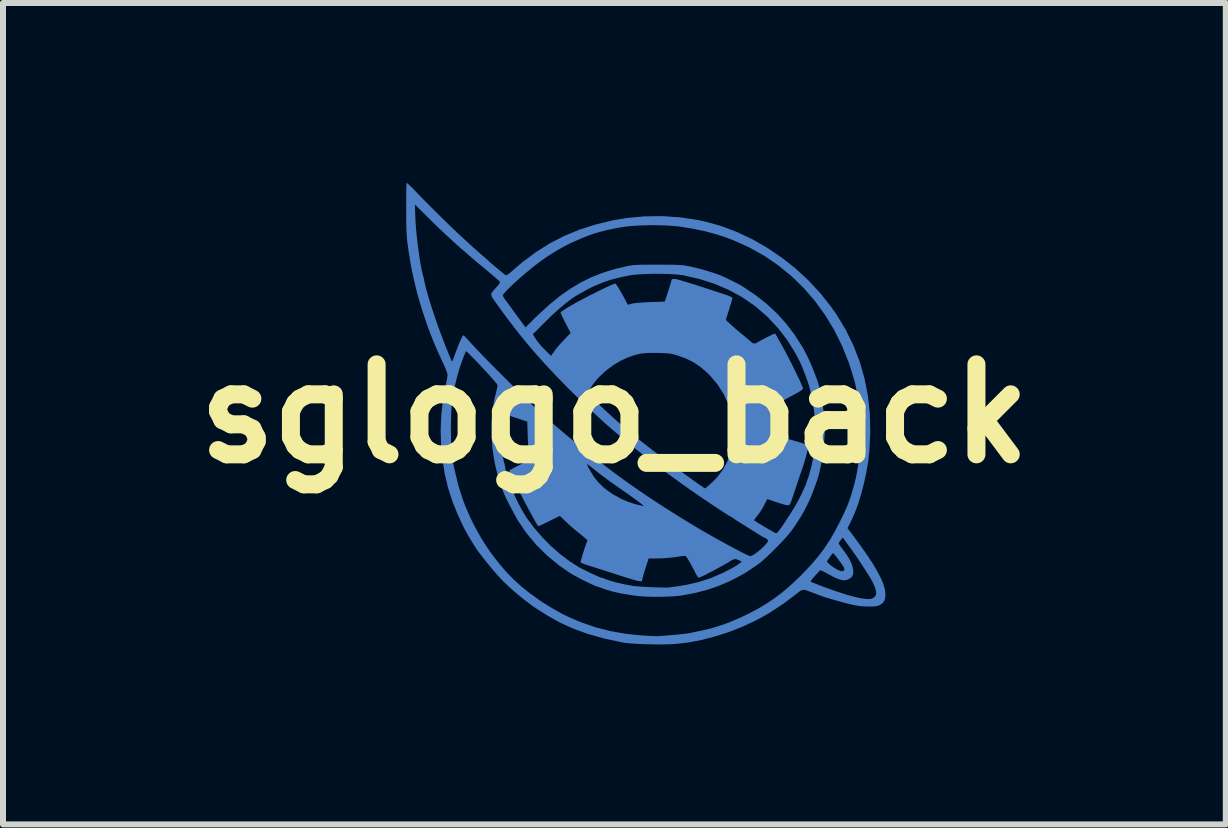
<source format=kicad_pcb>
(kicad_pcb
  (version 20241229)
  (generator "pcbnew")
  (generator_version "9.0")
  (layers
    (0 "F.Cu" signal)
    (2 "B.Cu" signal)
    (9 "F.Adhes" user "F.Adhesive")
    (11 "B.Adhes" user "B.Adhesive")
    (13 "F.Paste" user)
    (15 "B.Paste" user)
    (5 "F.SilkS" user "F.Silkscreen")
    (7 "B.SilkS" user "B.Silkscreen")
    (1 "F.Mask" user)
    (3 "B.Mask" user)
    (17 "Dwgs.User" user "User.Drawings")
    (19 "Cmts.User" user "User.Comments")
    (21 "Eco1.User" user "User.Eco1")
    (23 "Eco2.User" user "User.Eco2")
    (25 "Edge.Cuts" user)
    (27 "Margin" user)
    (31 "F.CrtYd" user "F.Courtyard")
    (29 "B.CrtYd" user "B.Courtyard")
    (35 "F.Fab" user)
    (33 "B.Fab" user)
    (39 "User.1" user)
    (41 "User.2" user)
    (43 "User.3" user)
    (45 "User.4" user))
  (footprint "sglogo_back"
    (layer "F.Cu")
    (at 7.193 3.846)
    (property "Reference" "sglogo_back" (at 0 0 0) (layer "F.SilkS") (effects (font (size 1.5 1.5) (thickness 0.3))))
    (attr board_only exclude_from_pos_files exclude_from_bom)
    (fp_poly (pts (xy -3.464 -3.846) (xy -3.466 -3.831) (xy -3.468 -3.794) (xy -3.469 -3.738) (xy -3.47 -3.665) (xy -3.471 -3.578) (xy -3.471 -3.481) (xy -3.471 -3.405) (xy -3.471 -3.281) (xy -3.47 -3.178) (xy -3.468 -3.093) (xy -3.465 -3.021) (xy -3.462 -2.96) (xy -3.457 -2.903) (xy -3.451 -2.849) (xy -3.443 -2.792) (xy -3.442 -2.78) (xy -3.423 -2.657) (xy -3.406 -2.551) (xy -3.39 -2.456) (xy -3.371 -2.364) (xy -3.35 -2.267) (xy -3.325 -2.158) (xy -3.303 -2.067) (xy -3.279 -1.974) (xy -3.247 -1.865) (xy -3.211 -1.747) (xy -3.171 -1.625) (xy -3.131 -1.505) (xy -3.091 -1.394) (xy -3.054 -1.297) (xy -3.03 -1.239) (xy -3.021 -1.216) (xy -3.004 -1.176) (xy -2.984 -1.127) (xy -2.977 -1.111) (xy -2.955 -1.058) (xy -2.925 -0.992) (xy -2.892 -0.919) (xy -2.859 -0.848) (xy -2.858 -0.848) (xy -2.826 -0.776) (xy -2.801 -0.715) (xy -2.786 -0.669) (xy -2.782 -0.645) (xy -2.785 -0.614) (xy -2.793 -0.566) (xy -2.805 -0.511) (xy -2.809 -0.491) (xy -2.856 -0.245) (xy -2.885 0.012) (xy -2.897 0.271) (xy -2.889 0.524) (xy -2.889 0.53) (xy -2.864 0.779) (xy -2.827 1.012) (xy -2.774 1.235) (xy -2.704 1.453) (xy -2.616 1.674) (xy -2.521 1.878) (xy -2.484 1.949) (xy -2.439 2.029) (xy -2.39 2.112) (xy -2.342 2.19) (xy -2.298 2.258) (xy -2.269 2.299) (xy -2.191 2.401) (xy -2.109 2.504) (xy -2.027 2.603) (xy -1.949 2.692) (xy -1.879 2.768) (xy -1.855 2.793) (xy -1.764 2.88) (xy -1.664 2.969) (xy -1.558 3.058) (xy -1.453 3.141) (xy -1.354 3.214) (xy -1.266 3.272) (xy -1.264 3.274) (xy -1.219 3.302) (xy -1.164 3.336) (xy -1.116 3.366) (xy -0.911 3.482) (xy -0.687 3.584) (xy -0.443 3.672) (xy -0.179 3.747) (xy 0.107 3.809) (xy 0.134 3.814) (xy 0.2 3.824) (xy 0.286 3.832) (xy 0.388 3.838) (xy 0.5 3.843) (xy 0.617 3.846) (xy 0.734 3.848) (xy 0.846 3.847) (xy 0.947 3.844) (xy 1.016 3.84) (xy 1.23 3.815) (xy 1.456 3.772) (xy 1.686 3.712) (xy 1.916 3.638) (xy 2.14 3.55) (xy 2.353 3.45) (xy 2.46 3.393) (xy 2.513 3.363) (xy 2.561 3.335) (xy 2.609 3.306) (xy 2.661 3.272) (xy 2.723 3.231) (xy 2.801 3.179) (xy 2.802 3.179) (xy 2.834 3.156) (xy 2.88 3.122) (xy 2.934 3.081) (xy 2.992 3.038) (xy 2.998 3.032) (xy 3.048 2.994) (xy 3.085 2.965) (xy 3.114 2.947) (xy 3.142 2.938) (xy 3.172 2.939) (xy 3.209 2.949) (xy 3.259 2.967) (xy 3.327 2.993) (xy 3.359 3.005) (xy 3.419 3.027) (xy 3.474 3.047) (xy 3.516 3.062) (xy 3.539 3.069) (xy 3.568 3.078) (xy 3.614 3.091) (xy 3.669 3.107) (xy 3.706 3.117) (xy 3.825 3.151) (xy 3.925 3.176) (xy 4.01 3.195) (xy 4.087 3.207) (xy 4.159 3.213) (xy 4.231 3.216) (xy 4.298 3.215) (xy 4.345 3.213) (xy 4.38 3.207) (xy 4.408 3.198) (xy 4.425 3.19) (xy 4.473 3.157) (xy 4.503 3.113) (xy 4.517 3.055) (xy 4.517 3) (xy 4.365 3) (xy 4.359 3.026) (xy 4.342 3.05) (xy 4.312 3.074) (xy 4.277 3.088) (xy 4.23 3.092) (xy 4.169 3.087) (xy 4.089 3.074) (xy 4.07 3.07) (xy 3.975 3.047) (xy 3.862 3.015) (xy 3.733 2.974) (xy 3.594 2.926) (xy 3.449 2.873) (xy 3.301 2.815) (xy 3.291 2.811) (xy 3.277 2.805) (xy 3.273 2.796) (xy 3.279 2.782) (xy 3.298 2.757) (xy 3.332 2.718) (xy 3.34 2.709) (xy 3.376 2.669) (xy 3.406 2.637) (xy 3.426 2.616) (xy 3.431 2.612) (xy 3.446 2.615) (xy 3.479 2.629) (xy 3.523 2.652) (xy 3.569 2.677) (xy 3.659 2.725) (xy 3.732 2.757) (xy 3.792 2.775) (xy 3.84 2.778) (xy 3.866 2.774) (xy 3.926 2.749) (xy 3.964 2.714) (xy 3.982 2.666) (xy 3.981 2.603) (xy 3.979 2.593) (xy 3.836 2.593) (xy 3.827 2.615) (xy 3.827 2.615) (xy 3.805 2.627) (xy 3.772 2.624) (xy 3.724 2.604) (xy 3.677 2.577) (xy 3.633 2.549) (xy 3.594 2.519) (xy 3.575 2.501) (xy 3.541 2.466) (xy 3.588 2.395) (xy 3.614 2.359) (xy 3.634 2.334) (xy 3.645 2.325) (xy 3.656 2.334) (xy 3.678 2.36) (xy 3.708 2.397) (xy 3.74 2.44) (xy 3.773 2.484) (xy 3.801 2.524) (xy 3.821 2.555) (xy 3.827 2.566) (xy 3.836 2.593) (xy 3.979 2.593) (xy 3.974 2.568) (xy 3.957 2.511) (xy 3.932 2.453) (xy 3.897 2.39) (xy 3.848 2.318) (xy 3.786 2.235) (xy 3.761 2.201) (xy 3.743 2.173) (xy 3.738 2.161) (xy 3.746 2.145) (xy 3.765 2.118) (xy 3.773 2.108) (xy 3.809 2.065) (xy 3.86 2.138) (xy 3.894 2.185) (xy 3.929 2.233) (xy 3.951 2.264) (xy 3.992 2.321) (xy 4.04 2.39) (xy 4.091 2.466) (xy 4.143 2.545) (xy 4.193 2.623) (xy 4.238 2.694) (xy 4.275 2.754) (xy 4.301 2.8) (xy 4.307 2.812) (xy 4.331 2.864) (xy 4.35 2.917) (xy 4.361 2.959) (xy 4.362 2.961) (xy 4.365 3) (xy 4.517 3) (xy 4.517 2.986) (xy 4.505 2.914) (xy 4.481 2.832) (xy 4.441 2.74) (xy 4.387 2.635) (xy 4.318 2.517) (xy 4.232 2.385) (xy 4.13 2.238) (xy 4.01 2.074) (xy 3.953 1.998) (xy 3.886 1.909) (xy 3.946 1.791) (xy 4.006 1.657) (xy 4.064 1.503) (xy 4.116 1.334) (xy 4.162 1.156) (xy 4.201 0.973) (xy 4.232 0.791) (xy 4.251 0.616) (xy 4.266 0.315) (xy 4.11 0.315) (xy 4.104 0.494) (xy 4.088 0.683) (xy 4.062 0.873) (xy 4.029 1.055) (xy 3.996 1.188) (xy 3.968 1.288) (xy 3.942 1.374) (xy 3.916 1.45) (xy 3.888 1.524) (xy 3.854 1.603) (xy 3.813 1.692) (xy 3.769 1.782) (xy 3.68 1.954) (xy 3.59 2.11) (xy 3.493 2.255) (xy 3.387 2.394) (xy 3.266 2.534) (xy 3.128 2.679) (xy 3.103 2.703) (xy 2.988 2.815) (xy 2.882 2.91) (xy 2.779 2.995) (xy 2.673 3.074) (xy 2.558 3.153) (xy 2.556 3.154) (xy 2.404 3.246) (xy 2.24 3.334) (xy 2.07 3.414) (xy 1.905 3.483) (xy 1.786 3.525) (xy 1.736 3.541) (xy 1.686 3.557) (xy 1.664 3.564) (xy 1.619 3.577) (xy 1.553 3.594) (xy 1.469 3.613) (xy 1.371 3.634) (xy 1.273 3.655) (xy 1.219 3.664) (xy 1.144 3.673) (xy 1.054 3.683) (xy 0.953 3.692) (xy 0.846 3.701) (xy 0.738 3.708) (xy 0.709 3.709) (xy 0.687 3.709) (xy 0.644 3.708) (xy 0.585 3.705) (xy 0.515 3.701) (xy 0.459 3.698) (xy 0.194 3.671) (xy -0.068 3.625) (xy -0.32 3.56) (xy -0.559 3.477) (xy -0.679 3.426) (xy -0.728 3.404) (xy -0.778 3.382) (xy -0.791 3.376) (xy -0.838 3.354) (xy -0.902 3.32) (xy -0.975 3.279) (xy -1.053 3.234) (xy -1.128 3.188) (xy -1.197 3.145) (xy -1.251 3.109) (xy -1.413 2.992) (xy -1.556 2.877) (xy -1.685 2.76) (xy -1.805 2.635) (xy -1.922 2.499) (xy -2.041 2.345) (xy -2.078 2.294) (xy -2.144 2.197) (xy -2.213 2.087) (xy -2.281 1.969) (xy -2.343 1.853) (xy -2.396 1.746) (xy -2.413 1.708) (xy -2.437 1.654) (xy -2.457 1.607) (xy -2.472 1.572) (xy -2.478 1.56) (xy -2.493 1.522) (xy -2.514 1.467) (xy -2.537 1.4) (xy -2.56 1.33) (xy -2.582 1.262) (xy -2.599 1.204) (xy -2.605 1.182) (xy -2.638 1.049) (xy -2.665 0.934) (xy -2.686 0.833) (xy -2.701 0.739) (xy -2.712 0.647) (xy -2.72 0.552) (xy -2.724 0.447) (xy -2.725 0.328) (xy -2.726 0.25) (xy -2.724 0.104) (xy -2.72 -0.022) (xy -2.713 -0.136) (xy -2.701 -0.243) (xy -2.683 -0.349) (xy -2.66 -0.461) (xy -2.63 -0.585) (xy -2.61 -0.661) (xy -2.593 -0.719) (xy -2.573 -0.783) (xy -2.551 -0.848) (xy -2.528 -0.91) (xy -2.507 -0.965) (xy -2.489 -1.008) (xy -2.476 -1.034) (xy -2.47 -1.04) (xy -2.459 -1.031) (xy -2.432 -1.006) (xy -2.394 -0.968) (xy -2.347 -0.92) (xy -2.293 -0.864) (xy -2.236 -0.804) (xy -2.179 -0.742) (xy -2.123 -0.683) (xy -2.073 -0.627) (xy -2.03 -0.579) (xy -1.997 -0.541) (xy -1.994 -0.537) (xy -1.965 -0.501) (xy -1.951 -0.477) (xy -1.948 -0.457) (xy -1.953 -0.431) (xy -1.957 -0.419) (xy -2.003 -0.235) (xy -2.034 -0.037) (xy -2.049 0.17) (xy -2.049 0.378) (xy -2.033 0.581) (xy -2.028 0.616) (xy -2.012 0.727) (xy -1.995 0.82) (xy -1.977 0.904) (xy -1.956 0.985) (xy -1.93 1.074) (xy -1.914 1.124) (xy -1.893 1.189) (xy -1.876 1.24) (xy -1.86 1.283) (xy -1.844 1.324) (xy -1.825 1.367) (xy -1.801 1.418) (xy -1.769 1.483) (xy -1.741 1.54) (xy -1.615 1.773) (xy -1.47 1.987) (xy -1.305 2.185) (xy -1.121 2.367) (xy -0.917 2.534) (xy -0.744 2.654) (xy -0.699 2.681) (xy -0.642 2.712) (xy -0.578 2.747) (xy -0.509 2.782) (xy -0.442 2.815) (xy -0.379 2.845) (xy -0.326 2.868) (xy -0.287 2.884) (xy -0.267 2.889) (xy -0.246 2.894) (xy -0.215 2.906) (xy -0.213 2.907) (xy -0.127 2.938) (xy -0.021 2.968) (xy 0.104 2.996) (xy 0.242 3.02) (xy 0.366 3.038) (xy 0.45 3.046) (xy 0.551 3.051) (xy 0.663 3.054) (xy 0.779 3.053) (xy 0.893 3.05) (xy 0.997 3.045) (xy 1.086 3.036) (xy 1.125 3.031) (xy 1.343 2.99) (xy 1.542 2.939) (xy 1.729 2.876) (xy 1.91 2.799) (xy 2.015 2.747) (xy 2.072 2.716) (xy 2.122 2.689) (xy 2.169 2.662) (xy 2.218 2.631) (xy 2.275 2.593) (xy 2.345 2.546) (xy 2.39 2.516) (xy 2.435 2.481) (xy 2.453 2.466) (xy 2.123 2.466) (xy 2.087 2.495) (xy 2.053 2.52) (xy 2.015 2.545) (xy 1.967 2.573) (xy 1.905 2.605) (xy 1.826 2.646) (xy 1.805 2.656) (xy 1.612 2.74) (xy 1.404 2.807) (xy 1.187 2.857) (xy 1.061 2.877) (xy 1.007 2.884) (xy 0.962 2.89) (xy 0.932 2.895) (xy 0.926 2.896) (xy 0.899 2.899) (xy 0.852 2.9) (xy 0.789 2.899) (xy 0.714 2.897) (xy 0.634 2.894) (xy 0.551 2.89) (xy 0.472 2.886) (xy 0.402 2.881) (xy 0.344 2.876) (xy 0.309 2.871) (xy 0.173 2.847) (xy 0.049 2.819) (xy -0.059 2.789) (xy -0.147 2.759) (xy -0.161 2.753) (xy -0.192 2.741) (xy -0.213 2.735) (xy -0.214 2.735) (xy -0.233 2.73) (xy -0.269 2.715) (xy -0.319 2.693) (xy -0.377 2.667) (xy -0.438 2.638) (xy -0.498 2.608) (xy -0.551 2.581) (xy -0.584 2.564) (xy -0.744 2.463) (xy -0.905 2.341) (xy -1.062 2.203) (xy -1.21 2.053) (xy -1.346 1.895) (xy -1.465 1.733) (xy -1.503 1.673) (xy -1.545 1.6) (xy -1.592 1.513) (xy -1.637 1.421) (xy -1.677 1.335) (xy -1.698 1.284) (xy -1.72 1.226) (xy -1.743 1.16) (xy -1.766 1.091) (xy -1.787 1.025) (xy -1.805 0.966) (xy -1.817 0.92) (xy -1.822 0.892) (xy -1.822 0.89) (xy -1.827 0.856) (xy -1.834 0.83) (xy -1.846 0.788) (xy -1.857 0.726) (xy -1.868 0.647) (xy -1.877 0.558) (xy -1.884 0.464) (xy -1.89 0.368) (xy -1.892 0.278) (xy -1.892 0.257) (xy -1.891 0.173) (xy -1.887 0.084) (xy -1.881 -0.005) (xy -1.874 -0.092) (xy -1.865 -0.173) (xy -1.855 -0.243) (xy -1.845 -0.3) (xy -1.835 -0.34) (xy -1.825 -0.359) (xy -1.822 -0.36) (xy -1.8 -0.35) (xy -1.774 -0.327) (xy -1.752 -0.3) (xy -1.745 -0.281) (xy -1.749 -0.259) (xy -1.76 -0.219) (xy -1.776 -0.167) (xy -1.79 -0.126) (xy -1.808 -0.073) (xy -1.822 -0.03) (xy -1.831 -0.002) (xy -1.832 0.006) (xy -1.819 0.01) (xy -1.787 0.022) (xy -1.738 0.038) (xy -1.678 0.058) (xy -1.641 0.07) (xy -1.453 0.133) (xy -1.446 0.346) (xy -1.442 0.446) (xy -1.438 0.525) (xy -1.434 0.587) (xy -1.428 0.636) (xy -1.422 0.675) (xy -1.414 0.71) (xy -1.413 0.713) (xy -1.407 0.74) (xy -1.412 0.758) (xy -1.431 0.774) (xy -1.454 0.788) (xy -1.489 0.807) (xy -1.539 0.834) (xy -1.596 0.863) (xy -1.625 0.878) (xy -1.675 0.903) (xy -1.716 0.926) (xy -1.743 0.942) (xy -1.751 0.948) (xy -1.747 0.963) (xy -1.733 0.996) (xy -1.71 1.047) (xy -1.68 1.11) (xy -1.644 1.183) (xy -1.615 1.241) (xy -1.562 1.343) (xy -1.517 1.431) (xy -1.476 1.51) (xy -1.434 1.588) (xy -1.389 1.671) (xy -1.336 1.766) (xy -1.303 1.827) (xy -1.284 1.856) (xy -1.268 1.873) (xy -1.265 1.875) (xy -1.25 1.869) (xy -1.216 1.854) (xy -1.168 1.832) (xy -1.11 1.804) (xy -1.081 1.789) (xy -0.909 1.704) (xy -0.81 1.8) (xy -0.759 1.848) (xy -0.704 1.897) (xy -0.655 1.939) (xy -0.634 1.956) (xy -0.587 1.993) (xy -0.538 2.033) (xy -0.503 2.063) (xy -0.448 2.112) (xy -0.482 2.202) (xy -0.498 2.248) (xy -0.515 2.302) (xy -0.533 2.359) (xy -0.548 2.412) (xy -0.559 2.454) (xy -0.563 2.479) (xy -0.564 2.481) (xy -0.552 2.488) (xy -0.522 2.501) (xy -0.478 2.516) (xy -0.458 2.523) (xy -0.415 2.537) (xy -0.352 2.557) (xy -0.275 2.581) (xy -0.189 2.609) (xy -0.099 2.638) (xy -0.057 2.651) (xy 0.07 2.692) (xy 0.174 2.725) (xy 0.258 2.751) (xy 0.324 2.771) (xy 0.374 2.784) (xy 0.41 2.792) (xy 0.435 2.795) (xy 0.451 2.794) (xy 0.459 2.789) (xy 0.463 2.78) (xy 0.464 2.769) (xy 0.466 2.753) (xy 0.475 2.721) (xy 0.489 2.67) (xy 0.511 2.601) (xy 0.54 2.509) (xy 0.549 2.482) (xy 0.57 2.414) (xy 0.713 2.414) (xy 0.791 2.412) (xy 0.879 2.406) (xy 0.965 2.398) (xy 1.003 2.393) (xy 1.064 2.384) (xy 1.117 2.377) (xy 1.156 2.372) (xy 1.175 2.371) (xy 1.185 2.374) (xy 1.198 2.386) (xy 1.215 2.409) (xy 1.238 2.446) (xy 1.268 2.498) (xy 1.306 2.569) (xy 1.353 2.659) (xy 1.371 2.693) (xy 1.389 2.721) (xy 1.404 2.735) (xy 1.407 2.735) (xy 1.424 2.729) (xy 1.46 2.713) (xy 1.511 2.689) (xy 1.571 2.658) (xy 1.637 2.624) (xy 1.704 2.588) (xy 1.77 2.553) (xy 1.828 2.52) (xy 1.876 2.493) (xy 1.889 2.485) (xy 1.941 2.453) (xy 1.978 2.433) (xy 2.005 2.425) (xy 2.029 2.426) (xy 2.056 2.436) (xy 2.068 2.441) (xy 2.123 2.466) (xy 2.453 2.466) (xy 2.494 2.43) (xy 2.562 2.368) (xy 2.635 2.297) (xy 2.71 2.222) (xy 2.782 2.147) (xy 2.806 2.122) (xy 2.56 2.122) (xy 2.551 2.143) (xy 2.527 2.176) (xy 2.489 2.216) (xy 2.443 2.259) (xy 2.392 2.301) (xy 2.343 2.337) (xy 2.3 2.363) (xy 2.268 2.375) (xy 2.263 2.376) (xy 2.246 2.37) (xy 2.211 2.354) (xy 2.161 2.33) (xy 2.102 2.3) (xy 2.058 2.277) (xy 1.981 2.237) (xy 1.901 2.194) (xy 1.824 2.152) (xy 1.759 2.116) (xy 1.741 2.106) (xy 1.687 2.076) (xy 1.64 2.049) (xy 1.604 2.029) (xy 1.587 2.019) (xy 1.489 1.964) (xy 1.374 1.896) (xy 1.247 1.82) (xy 1.112 1.737) (xy 0.974 1.651) (xy 0.838 1.565) (xy 0.798 1.539) (xy 0.484 1.539) (xy 0.464 1.536) (xy 0.426 1.527) (xy 0.393 1.52) (xy 0.328 1.503) (xy 0.25 1.477) (xy 0.166 1.444) (xy 0.104 1.415) (xy -0.041 1.335) (xy -0.167 1.243) (xy -0.273 1.14) (xy -0.337 1.059) (xy -0.364 1.017) (xy -0.393 0.969) (xy -0.42 0.923) (xy -0.441 0.882) (xy -0.455 0.852) (xy -0.457 0.839) (xy -0.447 0.846) (xy -0.42 0.865) (xy -0.381 0.895) (xy -0.334 0.932) (xy -0.331 0.935) (xy -0.28 0.975) (xy -0.235 1.011) (xy -0.191 1.044) (xy -0.146 1.078) (xy -0.096 1.115) (xy -0.037 1.157) (xy 0.034 1.207) (xy 0.119 1.266) (xy 0.208 1.328) (xy 0.291 1.387) (xy 0.364 1.44) (xy 0.423 1.484) (xy 0.466 1.518) (xy 0.483 1.532) (xy 0.484 1.539) (xy 0.798 1.539) (xy 0.708 1.48) (xy 0.63 1.43) (xy 0.561 1.383) (xy 0.501 1.343) (xy 0.447 1.307) (xy 0.395 1.271) (xy 0.341 1.233) (xy 0.281 1.191) (xy 0.211 1.141) (xy 0.127 1.081) (xy 0.059 1.032) (xy 0.026 1.008) (xy -0.021 0.973) (xy -0.074 0.933) (xy -0.121 0.897) (xy -0.181 0.851) (xy -0.245 0.802) (xy -0.305 0.757) (xy -0.338 0.732) (xy -0.423 0.666) (xy -0.523 0.586) (xy -0.635 0.495) (xy -0.754 0.396) (xy -0.876 0.293) (xy -0.998 0.189) (xy -1.116 0.087) (xy -1.163 0.045) (xy -1.219 -0.005) (xy -1.29 -0.071) (xy -1.372 -0.15) (xy -1.464 -0.238) (xy -1.563 -0.335) (xy -1.667 -0.437) (xy -1.772 -0.541) (xy -1.878 -0.647) (xy -1.981 -0.75) (xy -2.079 -0.849) (xy -2.169 -0.941) (xy -2.25 -1.025) (xy -2.318 -1.096) (xy -2.371 -1.154) (xy -2.393 -1.178) (xy -2.436 -1.226) (xy -2.473 -1.266) (xy -2.502 -1.293) (xy -2.519 -1.306) (xy -2.521 -1.306) (xy -2.532 -1.292) (xy -2.55 -1.258) (xy -2.573 -1.207) (xy -2.599 -1.144) (xy -2.628 -1.071) (xy -2.657 -0.992) (xy -2.67 -0.957) (xy -2.688 -0.907) (xy -2.701 -0.88) (xy -2.71 -0.872) (xy -2.716 -0.88) (xy -2.725 -0.905) (xy -2.741 -0.944) (xy -2.757 -0.982) (xy -2.814 -1.122) (xy -2.87 -1.268) (xy -2.926 -1.418) (xy -2.979 -1.567) (xy -3.028 -1.712) (xy -3.072 -1.85) (xy -3.11 -1.977) (xy -3.141 -2.088) (xy -3.163 -2.182) (xy -3.17 -2.215) (xy -3.18 -2.264) (xy -3.193 -2.314) (xy -3.194 -2.319) (xy -3.212 -2.391) (xy -3.23 -2.484) (xy -3.248 -2.592) (xy -3.265 -2.711) (xy -3.281 -2.836) (xy -3.295 -2.961) (xy -3.307 -3.081) (xy -3.315 -3.192) (xy -3.318 -3.255) (xy -3.326 -3.486) (xy -3.072 -3.235) (xy -2.95 -3.115) (xy -2.829 -3.001) (xy -2.706 -2.887) (xy -2.578 -2.772) (xy -2.44 -2.652) (xy -2.29 -2.524) (xy -2.122 -2.384) (xy -2.092 -2.359) (xy -2.036 -2.312) (xy -1.987 -2.27) (xy -1.948 -2.236) (xy -1.922 -2.213) (xy -1.915 -2.205) (xy -1.908 -2.192) (xy -1.912 -2.176) (xy -1.929 -2.151) (xy -1.962 -2.114) (xy -2.008 -2.063) (xy -2.038 -2.027) (xy -2.053 -1.998) (xy -2.053 -1.97) (xy -2.039 -1.939) (xy -2.011 -1.897) (xy -1.984 -1.859) (xy -1.817 -1.63) (xy -1.655 -1.416) (xy -1.493 -1.214) (xy -1.327 -1.017) (xy -1.153 -0.822) (xy -0.966 -0.623) (xy -0.763 -0.415) (xy -0.751 -0.403) (xy -0.439 -0.099) (xy -0.134 0.18) (xy 0.163 0.435) (xy 0.353 0.588) (xy 0.411 0.633) (xy 0.471 0.68) (xy 0.524 0.722) (xy 0.558 0.749) (xy 0.641 0.813) (xy 0.739 0.888) (xy 0.846 0.967) (xy 0.954 1.047) (xy 1.059 1.123) (xy 1.152 1.19) (xy 1.168 1.201) (xy 1.22 1.237) (xy 1.273 1.275) (xy 1.318 1.306) (xy 1.323 1.31) (xy 1.37 1.343) (xy 1.428 1.383) (xy 1.495 1.428) (xy 1.566 1.475) (xy 1.638 1.524) (xy 1.709 1.571) (xy 1.775 1.614) (xy 1.832 1.651) (xy 1.878 1.681) (xy 1.91 1.701) (xy 1.923 1.708) (xy 1.923 1.708) (xy 1.937 1.715) (xy 1.964 1.731) (xy 1.983 1.744) (xy 2.009 1.762) (xy 2.035 1.779) (xy 2.066 1.799) (xy 2.106 1.825) (xy 2.161 1.859) (xy 2.21 1.89) (xy 2.309 1.952) (xy 2.386 2.001) (xy 2.443 2.036) (xy 2.481 2.058) (xy 2.498 2.067) (xy 2.5 2.067) (xy 2.514 2.074) (xy 2.537 2.088) (xy 2.558 2.105) (xy 2.56 2.122) (xy 2.806 2.122) (xy 2.849 2.075) (xy 2.907 2.009) (xy 2.951 1.955) (xy 2.962 1.939) (xy 3.037 1.829) (xy 3.1 1.731) (xy 3.155 1.637) (xy 3.206 1.54) (xy 3.211 1.531) (xy 3.245 1.459) (xy 3.281 1.374) (xy 3.317 1.283) (xy 3.351 1.191) (xy 3.381 1.105) (xy 3.405 1.029) (xy 3.42 0.969) (xy 3.421 0.963) (xy 3.428 0.931) (xy 3.438 0.888) (xy 3.443 0.867) (xy 3.457 0.794) (xy 3.471 0.703) (xy 3.484 0.601) (xy 3.494 0.496) (xy 3.502 0.394) (xy 3.506 0.305) (xy 3.507 0.27) (xy 3.505 0.213) (xy 3.35 0.213) (xy 3.346 0.466) (xy 3.319 0.712) (xy 3.286 0.873) (xy 3.244 1.027) (xy 3.192 1.177) (xy 3.127 1.326) (xy 3.048 1.479) (xy 2.953 1.64) (xy 2.841 1.813) (xy 2.821 1.842) (xy 2.778 1.903) (xy 2.747 1.947) (xy 2.725 1.974) (xy 2.709 1.989) (xy 2.697 1.993) (xy 2.685 1.991) (xy 2.681 1.989) (xy 2.657 1.975) (xy 2.618 1.954) (xy 2.572 1.927) (xy 2.563 1.922) (xy 2.506 1.889) (xy 2.442 1.85) (xy 2.381 1.812) (xy 2.332 1.78) (xy 2.328 1.777) (xy 2.333 1.767) (xy 2.352 1.741) (xy 2.379 1.706) (xy 2.39 1.693) (xy 2.43 1.638) (xy 2.47 1.574) (xy 2.5 1.518) (xy 2.522 1.475) (xy 2.539 1.443) (xy 2.549 1.426) (xy 2.55 1.425) (xy 2.563 1.429) (xy 2.594 1.439) (xy 2.623 1.45) (xy 2.721 1.483) (xy 2.799 1.507) (xy 2.857 1.523) (xy 2.893 1.528) (xy 2.894 1.528) (xy 2.906 1.527) (xy 2.917 1.521) (xy 2.928 1.506) (xy 2.94 1.48) (xy 2.956 1.439) (xy 2.976 1.379) (xy 2.998 1.313) (xy 3.032 1.21) (xy 3.059 1.129) (xy 3.08 1.067) (xy 3.096 1.02) (xy 3.108 0.986) (xy 3.116 0.962) (xy 3.122 0.946) (xy 3.123 0.944) (xy 3.139 0.898) (xy 3.157 0.841) (xy 3.176 0.777) (xy 3.194 0.712) (xy 3.21 0.65) (xy 3.223 0.597) (xy 3.231 0.556) (xy 3.233 0.533) (xy 3.233 0.53) (xy 3.217 0.523) (xy 3.182 0.51) (xy 3.133 0.493) (xy 3.076 0.475) (xy 3.016 0.457) (xy 2.958 0.44) (xy 2.909 0.426) (xy 2.874 0.418) (xy 2.839 0.41) (xy 2.839 0.314) (xy 1.979 0.314) (xy 1.968 0.487) (xy 1.937 0.648) (xy 1.884 0.796) (xy 1.809 0.934) (xy 1.71 1.063) (xy 1.694 1.081) (xy 1.663 1.112) (xy 1.626 1.148) (xy 1.587 1.184) (xy 1.552 1.215) (xy 1.525 1.237) (xy 1.51 1.246) (xy 1.51 1.246) (xy 1.498 1.239) (xy 1.471 1.221) (xy 1.434 1.196) (xy 1.431 1.194) (xy 1.386 1.163) (xy 1.345 1.133) (xy 1.317 1.113) (xy 1.289 1.093) (xy 1.247 1.062) (xy 1.2 1.029) (xy 1.189 1.021) (xy 1.08 0.942) (xy 0.954 0.849) (xy 0.881 0.795) (xy 0.843 0.766) (xy 0.796 0.731) (xy 0.752 0.698) (xy 0.497 0.501) (xy 0.261 0.31) (xy 0.04 0.121) (xy -0.17 -0.07) (xy -0.255 -0.151) (xy -0.453 -0.342) (xy -0.428 -0.381) (xy -0.383 -0.451) (xy -0.345 -0.505) (xy -0.308 -0.552) (xy -0.266 -0.598) (xy -0.25 -0.615) (xy -0.144 -0.714) (xy -0.025 -0.804) (xy 0.1 -0.88) (xy 0.22 -0.935) (xy 0.302 -0.965) (xy 0.374 -0.986) (xy 0.442 -1.001) (xy 0.514 -1.009) (xy 0.596 -1.013) (xy 0.695 -1.012) (xy 0.712 -1.012) (xy 0.794 -1.01) (xy 0.857 -1.007) (xy 0.906 -1.003) (xy 0.948 -0.997) (xy 0.989 -0.988) (xy 1.034 -0.975) (xy 1.066 -0.965) (xy 1.199 -0.916) (xy 1.315 -0.859) (xy 1.422 -0.788) (xy 1.526 -0.701) (xy 1.595 -0.634) (xy 1.717 -0.49) (xy 1.817 -0.335) (xy 1.893 -0.17) (xy 1.945 0.004) (xy 1.973 0.188) (xy 1.979 0.314) (xy 2.839 0.314) (xy 2.839 0.199) (xy 2.838 0.092) (xy 2.833 0.006) (xy 2.826 -0.064) (xy 2.818 -0.11) (xy 2.807 -0.16) (xy 2.803 -0.19) (xy 2.804 -0.207) (xy 2.812 -0.217) (xy 2.821 -0.223) (xy 2.841 -0.234) (xy 2.879 -0.255) (xy 2.929 -0.282) (xy 2.986 -0.312) (xy 2.993 -0.316) (xy 3.055 -0.35) (xy 3.104 -0.38) (xy 3.135 -0.403) (xy 3.145 -0.416) (xy 3.141 -0.433) (xy 3.126 -0.47) (xy 3.103 -0.524) (xy 3.072 -0.589) (xy 3.036 -0.665) (xy 2.997 -0.746) (xy 2.955 -0.83) (xy 2.912 -0.914) (xy 2.871 -0.994) (xy 2.832 -1.066) (xy 2.798 -1.128) (xy 2.797 -1.13) (xy 2.765 -1.186) (xy 2.736 -1.237) (xy 2.714 -1.278) (xy 2.701 -1.3) (xy 2.686 -1.325) (xy 2.674 -1.335) (xy 2.674 -1.335) (xy 2.659 -1.33) (xy 2.626 -1.315) (xy 2.582 -1.293) (xy 2.532 -1.268) (xy 2.48 -1.241) (xy 2.433 -1.216) (xy 2.396 -1.196) (xy 2.374 -1.183) (xy 2.371 -1.18) (xy 2.344 -1.169) (xy 2.31 -1.173) (xy 2.285 -1.19) (xy 2.269 -1.206) (xy 2.236 -1.234) (xy 2.194 -1.27) (xy 2.152 -1.304) (xy 2.094 -1.352) (xy 2.031 -1.405) (xy 1.974 -1.455) (xy 1.947 -1.479) (xy 1.858 -1.562) (xy 1.881 -1.638) (xy 1.898 -1.691) (xy 1.917 -1.753) (xy 1.935 -1.81) (xy 1.95 -1.859) (xy 1.961 -1.899) (xy 1.966 -1.924) (xy 1.966 -1.927) (xy 1.959 -1.938) (xy 1.935 -1.951) (xy 1.893 -1.969) (xy 1.83 -1.991) (xy 1.777 -2.009) (xy 1.659 -2.047) (xy 1.563 -2.079) (xy 1.485 -2.104) (xy 1.423 -2.124) (xy 1.374 -2.14) (xy 1.334 -2.153) (xy 1.3 -2.163) (xy 1.271 -2.172) (xy 1.242 -2.181) (xy 1.234 -2.183) (xy 1.178 -2.2) (xy 1.124 -2.217) (xy 1.082 -2.23) (xy 1.081 -2.23) (xy 1.021 -2.244) (xy 0.978 -2.246) (xy 0.955 -2.236) (xy 0.951 -2.225) (xy 0.947 -2.205) (xy 0.936 -2.166) (xy 0.92 -2.113) (xy 0.9 -2.051) (xy 0.895 -2.035) (xy 0.84 -1.868) (xy 0.591 -1.859) (xy 0.497 -1.855) (xy 0.414 -1.849) (xy 0.347 -1.843) (xy 0.299 -1.836) (xy 0.283 -1.832) (xy 0.224 -1.815) (xy 0.169 -1.919) (xy 0.12 -2.008) (xy 0.079 -2.079) (xy 0.047 -2.131) (xy 0.024 -2.161) (xy 0.011 -2.17) (xy -0.004 -2.165) (xy -0.037 -2.151) (xy -0.083 -2.13) (xy -0.136 -2.106) (xy -0.191 -2.08) (xy -0.242 -2.055) (xy -0.285 -2.034) (xy -0.314 -2.018) (xy -0.32 -2.015) (xy -0.347 -2.001) (xy -0.371 -1.99) (xy -0.403 -1.976) (xy -0.423 -1.966) (xy -0.444 -1.953) (xy -0.48 -1.935) (xy -0.512 -1.918) (xy -0.577 -1.885) (xy -0.644 -1.848) (xy -0.71 -1.81) (xy -0.772 -1.774) (xy -0.825 -1.74) (xy -0.867 -1.713) (xy -0.892 -1.694) (xy -0.898 -1.686) (xy -0.892 -1.669) (xy -0.877 -1.634) (xy -0.853 -1.586) (xy -0.825 -1.528) (xy -0.814 -1.507) (xy -0.73 -1.345) (xy -0.837 -1.234) (xy -0.886 -1.181) (xy -0.936 -1.125) (xy -0.978 -1.073) (xy -1 -1.043) (xy -1.057 -0.963) (xy -1.16 -1.065) (xy -1.209 -1.116) (xy -1.256 -1.17) (xy -1.294 -1.22) (xy -1.312 -1.246) (xy -1.36 -1.323) (xy -1.145 -1.538) (xy -1.028 -1.652) (xy -0.916 -1.753) (xy -0.811 -1.841) (xy -0.716 -1.913) (xy -0.641 -1.963) (xy -0.573 -2.002) (xy -0.504 -2.041) (xy -0.438 -2.077) (xy -0.383 -2.105) (xy -0.343 -2.124) (xy -0.339 -2.126) (xy -0.296 -2.144) (xy -0.255 -2.161) (xy -0.249 -2.164) (xy -0.171 -2.195) (xy -0.088 -2.223) (xy 0.003 -2.249) (xy 0.109 -2.275) (xy 0.232 -2.301) (xy 0.307 -2.313) (xy 0.401 -2.321) (xy 0.51 -2.327) (xy 0.628 -2.331) (xy 0.749 -2.331) (xy 0.867 -2.329) (xy 0.977 -2.324) (xy 1.073 -2.317) (xy 1.15 -2.306) (xy 1.151 -2.306) (xy 1.417 -2.245) (xy 1.668 -2.165) (xy 1.903 -2.065) (xy 2.124 -1.945) (xy 2.33 -1.804) (xy 2.377 -1.767) (xy 2.56 -1.606) (xy 2.729 -1.424) (xy 2.881 -1.227) (xy 3.013 -1.016) (xy 3.091 -0.867) (xy 3.122 -0.797) (xy 3.155 -0.716) (xy 3.188 -0.631) (xy 3.217 -0.548) (xy 3.243 -0.471) (xy 3.261 -0.407) (xy 3.27 -0.365) (xy 3.279 -0.323) (xy 3.29 -0.286) (xy 3.29 -0.284) (xy 3.296 -0.26) (xy 3.304 -0.216) (xy 3.314 -0.157) (xy 3.323 -0.088) (xy 3.329 -0.045) (xy 3.35 0.213) (xy 3.505 0.213) (xy 3.505 0.2) (xy 3.5 0.118) (xy 3.493 0.028) (xy 3.483 -0.063) (xy 3.473 -0.15) (xy 3.462 -0.227) (xy 3.45 -0.289) (xy 3.442 -0.321) (xy 3.431 -0.363) (xy 3.424 -0.403) (xy 3.424 -0.403) (xy 3.411 -0.462) (xy 3.388 -0.539) (xy 3.356 -0.628) (xy 3.318 -0.726) (xy 3.276 -0.826) (xy 3.231 -0.926) (xy 3.185 -1.019) (xy 3.141 -1.101) (xy 3.131 -1.117) (xy 3.001 -1.32) (xy 2.861 -1.504) (xy 2.708 -1.673) (xy 2.538 -1.83) (xy 2.35 -1.978) (xy 2.139 -2.12) (xy 2.126 -2.128) (xy 2.097 -2.145) (xy 2.052 -2.169) (xy 1.996 -2.197) (xy 1.935 -2.228) (xy 1.876 -2.257) (xy 1.824 -2.281) (xy 1.786 -2.299) (xy 1.773 -2.304) (xy 1.623 -2.356) (xy 1.486 -2.398) (xy 1.354 -2.433) (xy 1.253 -2.455) (xy 1.21 -2.463) (xy 1.17 -2.47) (xy 1.129 -2.475) (xy 1.082 -2.478) (xy 1.027 -2.481) (xy 0.959 -2.483) (xy 0.874 -2.483) (xy 0.77 -2.484) (xy 0.72 -2.484) (xy 0.603 -2.484) (xy 0.507 -2.483) (xy 0.43 -2.482) (xy 0.368 -2.479) (xy 0.318 -2.476) (xy 0.276 -2.471) (xy 0.239 -2.465) (xy 0.22 -2.461) (xy 0.005 -2.41) (xy -0.195 -2.348) (xy -0.384 -2.274) (xy -0.564 -2.185) (xy -0.739 -2.08) (xy -0.912 -1.958) (xy -1.087 -1.815) (xy -1.266 -1.651) (xy -1.322 -1.597) (xy -1.482 -1.438) (xy -1.583 -1.576) (xy -1.625 -1.633) (xy -1.666 -1.689) (xy -1.7 -1.736) (xy -1.724 -1.769) (xy -1.724 -1.77) (xy -1.756 -1.813) (xy -1.793 -1.862) (xy -1.813 -1.888) (xy -1.838 -1.925) (xy -1.856 -1.956) (xy -1.861 -1.972) (xy -1.851 -1.99) (xy -1.825 -2.023) (xy -1.783 -2.067) (xy -1.729 -2.12) (xy -1.666 -2.18) (xy -1.595 -2.244) (xy -1.519 -2.31) (xy -1.488 -2.336) (xy -1.367 -2.436) (xy -1.257 -2.521) (xy -1.153 -2.596) (xy -1.049 -2.664) (xy -0.94 -2.731) (xy -0.885 -2.762) (xy -0.83 -2.792) (xy -0.78 -2.818) (xy -0.727 -2.844) (xy -0.666 -2.871) (xy -0.593 -2.903) (xy -0.506 -2.94) (xy -0.393 -2.984) (xy -0.272 -3.022) (xy -0.137 -3.057) (xy 0.014 -3.089) (xy 0.13 -3.11) (xy 0.23 -3.123) (xy 0.35 -3.133) (xy 0.482 -3.139) (xy 0.621 -3.142) (xy 0.761 -3.14) (xy 0.894 -3.135) (xy 1.016 -3.127) (xy 1.106 -3.116) (xy 1.313 -3.082) (xy 1.501 -3.043) (xy 1.675 -2.997) (xy 1.842 -2.944) (xy 1.985 -2.89) (xy 2.25 -2.77) (xy 2.501 -2.63) (xy 2.736 -2.469) (xy 2.956 -2.289) (xy 3.16 -2.09) (xy 3.346 -1.874) (xy 3.515 -1.64) (xy 3.666 -1.391) (xy 3.797 -1.126) (xy 3.909 -0.847) (xy 4 -0.554) (xy 4.012 -0.507) (xy 4.041 -0.376) (xy 4.067 -0.226) (xy 4.087 -0.068) (xy 4.101 0.092) (xy 4.109 0.245) (xy 4.11 0.315) (xy 4.266 0.315) (xy 4.266 0.3) (xy 4.258 -0.006) (xy 4.225 -0.303) (xy 4.169 -0.59) (xy 4.089 -0.869) (xy 3.984 -1.138) (xy 3.856 -1.399) (xy 3.704 -1.651) (xy 3.61 -1.785) (xy 3.431 -2.011) (xy 3.233 -2.223) (xy 3.02 -2.42) (xy 2.793 -2.599) (xy 2.554 -2.761) (xy 2.306 -2.904) (xy 2.05 -3.025) (xy 1.789 -3.125) (xy 1.525 -3.2) (xy 1.395 -3.228) (xy 1.1 -3.272) (xy 0.801 -3.293) (xy 0.502 -3.289) (xy 0.206 -3.262) (xy -0.024 -3.223) (xy -0.31 -3.154) (xy -0.578 -3.069) (xy -0.831 -2.965) (xy -1.071 -2.842) (xy -1.302 -2.697) (xy -1.526 -2.531) (xy -1.653 -2.424) (xy -1.709 -2.374) (xy -1.75 -2.34) (xy -1.779 -2.32) (xy -1.798 -2.31) (xy -1.811 -2.309) (xy -1.82 -2.313) (xy -1.853 -2.339) (xy -1.896 -2.374) (xy -1.943 -2.413) (xy -1.99 -2.452) (xy -2.032 -2.487) (xy -2.063 -2.513) (xy -2.079 -2.528) (xy -2.095 -2.544) (xy -2.127 -2.572) (xy -2.17 -2.611) (xy -2.221 -2.654) (xy -2.24 -2.671) (xy -2.351 -2.769) (xy -2.476 -2.883) (xy -2.612 -3.009) (xy -2.754 -3.145) (xy -2.901 -3.288) (xy -3.047 -3.433) (xy -3.191 -3.578) (xy -3.328 -3.72) (xy -3.336 -3.728) (xy -3.38 -3.774) (xy -3.418 -3.81) (xy -3.447 -3.836) (xy -3.462 -3.846)) (stroke (width 0) (type solid)) (fill yes) (layer "B.Cu"))
    (fp_poly (pts (xy -3.464 -3.846) (xy -3.466 -3.831) (xy -3.468 -3.794) (xy -3.469 -3.738) (xy -3.47 -3.665) (xy -3.471 -3.578) (xy -3.471 -3.481) (xy -3.471 -3.405) (xy -3.471 -3.281) (xy -3.47 -3.178) (xy -3.468 -3.093) (xy -3.465 -3.021) (xy -3.462 -2.96) (xy -3.457 -2.903) (xy -3.451 -2.849) (xy -3.443 -2.792) (xy -3.442 -2.78) (xy -3.423 -2.657) (xy -3.406 -2.551) (xy -3.39 -2.456) (xy -3.371 -2.364) (xy -3.35 -2.267) (xy -3.325 -2.158) (xy -3.303 -2.067) (xy -3.279 -1.974) (xy -3.247 -1.865) (xy -3.211 -1.747) (xy -3.171 -1.625) (xy -3.131 -1.505) (xy -3.091 -1.394) (xy -3.054 -1.297) (xy -3.03 -1.239) (xy -3.021 -1.216) (xy -3.004 -1.176) (xy -2.984 -1.127) (xy -2.977 -1.111) (xy -2.955 -1.058) (xy -2.925 -0.992) (xy -2.892 -0.919) (xy -2.859 -0.848) (xy -2.858 -0.848) (xy -2.826 -0.776) (xy -2.801 -0.715) (xy -2.786 -0.669) (xy -2.782 -0.645) (xy -2.785 -0.614) (xy -2.793 -0.566) (xy -2.805 -0.511) (xy -2.809 -0.491) (xy -2.856 -0.245) (xy -2.885 0.012) (xy -2.897 0.271) (xy -2.889 0.524) (xy -2.889 0.53) (xy -2.864 0.779) (xy -2.827 1.012) (xy -2.774 1.235) (xy -2.704 1.453) (xy -2.616 1.674) (xy -2.521 1.878) (xy -2.484 1.949) (xy -2.439 2.029) (xy -2.39 2.112) (xy -2.342 2.19) (xy -2.298 2.258) (xy -2.269 2.299) (xy -2.191 2.401) (xy -2.109 2.504) (xy -2.027 2.603) (xy -1.949 2.692) (xy -1.879 2.768) (xy -1.855 2.793) (xy -1.764 2.88) (xy -1.664 2.969) (xy -1.558 3.058) (xy -1.453 3.141) (xy -1.354 3.214) (xy -1.266 3.272) (xy -1.264 3.274) (xy -1.219 3.302) (xy -1.164 3.336) (xy -1.116 3.366) (xy -0.911 3.482) (xy -0.687 3.584) (xy -0.443 3.672) (xy -0.179 3.747) (xy 0.107 3.809) (xy 0.134 3.814) (xy 0.2 3.824) (xy 0.286 3.832) (xy 0.388 3.838) (xy 0.5 3.843) (xy 0.617 3.846) (xy 0.734 3.848) (xy 0.846 3.847) (xy 0.947 3.844) (xy 1.016 3.84) (xy 1.23 3.815) (xy 1.456 3.772) (xy 1.686 3.712) (xy 1.916 3.638) (xy 2.14 3.55) (xy 2.353 3.45) (xy 2.46 3.393) (xy 2.513 3.363) (xy 2.561 3.335) (xy 2.609 3.306) (xy 2.661 3.272) (xy 2.723 3.231) (xy 2.801 3.179) (xy 2.802 3.179) (xy 2.834 3.156) (xy 2.88 3.122) (xy 2.934 3.081) (xy 2.992 3.038) (xy 2.998 3.032) (xy 3.048 2.994) (xy 3.085 2.965) (xy 3.114 2.947) (xy 3.142 2.938) (xy 3.172 2.939) (xy 3.209 2.949) (xy 3.259 2.967) (xy 3.327 2.993) (xy 3.359 3.005) (xy 3.419 3.027) (xy 3.474 3.047) (xy 3.516 3.062) (xy 3.539 3.069) (xy 3.568 3.078) (xy 3.614 3.091) (xy 3.669 3.107) (xy 3.706 3.117) (xy 3.825 3.151) (xy 3.925 3.176) (xy 4.01 3.195) (xy 4.087 3.207) (xy 4.159 3.213) (xy 4.231 3.216) (xy 4.298 3.215) (xy 4.345 3.213) (xy 4.38 3.207) (xy 4.408 3.198) (xy 4.425 3.19) (xy 4.473 3.157) (xy 4.503 3.113) (xy 4.517 3.055) (xy 4.517 3) (xy 4.365 3) (xy 4.359 3.026) (xy 4.342 3.05) (xy 4.312 3.074) (xy 4.277 3.088) (xy 4.23 3.092) (xy 4.169 3.087) (xy 4.089 3.074) (xy 4.07 3.07) (xy 3.975 3.047) (xy 3.862 3.015) (xy 3.733 2.974) (xy 3.594 2.926) (xy 3.449 2.873) (xy 3.301 2.815) (xy 3.291 2.811) (xy 3.277 2.805) (xy 3.273 2.796) (xy 3.279 2.782) (xy 3.298 2.757) (xy 3.332 2.718) (xy 3.34 2.709) (xy 3.376 2.669) (xy 3.406 2.637) (xy 3.426 2.616) (xy 3.431 2.612) (xy 3.446 2.615) (xy 3.479 2.629) (xy 3.523 2.652) (xy 3.569 2.677) (xy 3.659 2.725) (xy 3.732 2.757) (xy 3.792 2.775) (xy 3.84 2.778) (xy 3.866 2.774) (xy 3.926 2.749) (xy 3.964 2.714) (xy 3.982 2.666) (xy 3.981 2.603) (xy 3.979 2.593) (xy 3.836 2.593) (xy 3.827 2.615) (xy 3.827 2.615) (xy 3.805 2.627) (xy 3.772 2.624) (xy 3.724 2.604) (xy 3.677 2.577) (xy 3.633 2.549) (xy 3.594 2.519) (xy 3.575 2.501) (xy 3.541 2.466) (xy 3.588 2.395) (xy 3.614 2.359) (xy 3.634 2.334) (xy 3.645 2.325) (xy 3.656 2.334) (xy 3.678 2.36) (xy 3.708 2.397) (xy 3.74 2.44) (xy 3.773 2.484) (xy 3.801 2.524) (xy 3.821 2.555) (xy 3.827 2.566) (xy 3.836 2.593) (xy 3.979 2.593) (xy 3.974 2.568) (xy 3.957 2.511) (xy 3.932 2.453) (xy 3.897 2.39) (xy 3.848 2.318) (xy 3.786 2.235) (xy 3.761 2.201) (xy 3.743 2.173) (xy 3.738 2.161) (xy 3.746 2.145) (xy 3.765 2.118) (xy 3.773 2.108) (xy 3.809 2.065) (xy 3.86 2.138) (xy 3.894 2.185) (xy 3.929 2.233) (xy 3.951 2.264) (xy 3.992 2.321) (xy 4.04 2.39) (xy 4.091 2.466) (xy 4.143 2.545) (xy 4.193 2.623) (xy 4.238 2.694) (xy 4.275 2.754) (xy 4.301 2.8) (xy 4.307 2.812) (xy 4.331 2.864) (xy 4.35 2.917) (xy 4.361 2.959) (xy 4.362 2.961) (xy 4.365 3) (xy 4.517 3) (xy 4.517 2.986) (xy 4.505 2.914) (xy 4.481 2.832) (xy 4.441 2.74) (xy 4.387 2.635) (xy 4.318 2.517) (xy 4.232 2.385) (xy 4.13 2.238) (xy 4.01 2.074) (xy 3.953 1.998) (xy 3.886 1.909) (xy 3.946 1.791) (xy 4.006 1.657) (xy 4.064 1.503) (xy 4.116 1.334) (xy 4.162 1.156) (xy 4.201 0.973) (xy 4.232 0.791) (xy 4.251 0.616) (xy 4.266 0.315) (xy 4.11 0.315) (xy 4.104 0.494) (xy 4.088 0.683) (xy 4.062 0.873) (xy 4.029 1.055) (xy 3.996 1.188) (xy 3.968 1.288) (xy 3.942 1.374) (xy 3.916 1.45) (xy 3.888 1.524) (xy 3.854 1.603) (xy 3.813 1.692) (xy 3.769 1.782) (xy 3.68 1.954) (xy 3.59 2.11) (xy 3.493 2.255) (xy 3.387 2.394) (xy 3.266 2.534) (xy 3.128 2.679) (xy 3.103 2.703) (xy 2.988 2.815) (xy 2.882 2.91) (xy 2.779 2.995) (xy 2.673 3.074) (xy 2.558 3.153) (xy 2.556 3.154) (xy 2.404 3.246) (xy 2.24 3.334) (xy 2.07 3.414) (xy 1.905 3.483) (xy 1.786 3.525) (xy 1.736 3.541) (xy 1.686 3.557) (xy 1.664 3.564) (xy 1.619 3.577) (xy 1.553 3.594) (xy 1.469 3.613) (xy 1.371 3.634) (xy 1.273 3.655) (xy 1.219 3.664) (xy 1.144 3.673) (xy 1.054 3.683) (xy 0.953 3.692) (xy 0.846 3.701) (xy 0.738 3.708) (xy 0.709 3.709) (xy 0.687 3.709) (xy 0.644 3.708) (xy 0.585 3.705) (xy 0.515 3.701) (xy 0.459 3.698) (xy 0.194 3.671) (xy -0.068 3.625) (xy -0.32 3.56) (xy -0.559 3.477) (xy -0.679 3.426) (xy -0.728 3.404) (xy -0.778 3.382) (xy -0.791 3.376) (xy -0.838 3.354) (xy -0.902 3.32) (xy -0.975 3.279) (xy -1.053 3.234) (xy -1.128 3.188) (xy -1.197 3.145) (xy -1.251 3.109) (xy -1.413 2.992) (xy -1.556 2.877) (xy -1.685 2.76) (xy -1.805 2.635) (xy -1.922 2.499) (xy -2.041 2.345) (xy -2.078 2.294) (xy -2.144 2.197) (xy -2.213 2.087) (xy -2.281 1.969) (xy -2.343 1.853) (xy -2.396 1.746) (xy -2.413 1.708) (xy -2.437 1.654) (xy -2.457 1.607) (xy -2.472 1.572) (xy -2.478 1.56) (xy -2.493 1.522) (xy -2.514 1.467) (xy -2.537 1.4) (xy -2.56 1.33) (xy -2.582 1.262) (xy -2.599 1.204) (xy -2.605 1.182) (xy -2.638 1.049) (xy -2.665 0.934) (xy -2.686 0.833) (xy -2.701 0.739) (xy -2.712 0.647) (xy -2.72 0.552) (xy -2.724 0.447) (xy -2.725 0.328) (xy -2.726 0.25) (xy -2.724 0.104) (xy -2.72 -0.022) (xy -2.713 -0.136) (xy -2.701 -0.243) (xy -2.683 -0.349) (xy -2.66 -0.461) (xy -2.63 -0.585) (xy -2.61 -0.661) (xy -2.593 -0.719) (xy -2.573 -0.783) (xy -2.551 -0.848) (xy -2.528 -0.91) (xy -2.507 -0.965) (xy -2.489 -1.008) (xy -2.476 -1.034) (xy -2.47 -1.04) (xy -2.459 -1.031) (xy -2.432 -1.006) (xy -2.394 -0.968) (xy -2.347 -0.92) (xy -2.293 -0.864) (xy -2.236 -0.804) (xy -2.179 -0.742) (xy -2.123 -0.683) (xy -2.073 -0.627) (xy -2.03 -0.579) (xy -1.997 -0.541) (xy -1.994 -0.537) (xy -1.965 -0.501) (xy -1.951 -0.477) (xy -1.948 -0.457) (xy -1.953 -0.431) (xy -1.957 -0.419) (xy -2.003 -0.235) (xy -2.034 -0.037) (xy -2.049 0.17) (xy -2.049 0.378) (xy -2.033 0.581) (xy -2.028 0.616) (xy -2.012 0.727) (xy -1.995 0.82) (xy -1.977 0.904) (xy -1.956 0.985) (xy -1.93 1.074) (xy -1.914 1.124) (xy -1.893 1.189) (xy -1.876 1.24) (xy -1.86 1.283) (xy -1.844 1.324) (xy -1.825 1.367) (xy -1.801 1.418) (xy -1.769 1.483) (xy -1.741 1.54) (xy -1.615 1.773) (xy -1.47 1.987) (xy -1.305 2.185) (xy -1.121 2.367) (xy -0.917 2.534) (xy -0.744 2.654) (xy -0.699 2.681) (xy -0.642 2.712) (xy -0.578 2.747) (xy -0.509 2.782) (xy -0.442 2.815) (xy -0.379 2.845) (xy -0.326 2.868) (xy -0.287 2.884) (xy -0.267 2.889) (xy -0.246 2.894) (xy -0.215 2.906) (xy -0.213 2.907) (xy -0.127 2.938) (xy -0.021 2.968) (xy 0.104 2.996) (xy 0.242 3.02) (xy 0.366 3.038) (xy 0.45 3.046) (xy 0.551 3.051) (xy 0.663 3.054) (xy 0.779 3.053) (xy 0.893 3.05) (xy 0.997 3.045) (xy 1.086 3.036) (xy 1.125 3.031) (xy 1.343 2.99) (xy 1.542 2.939) (xy 1.729 2.876) (xy 1.91 2.799) (xy 2.015 2.747) (xy 2.072 2.716) (xy 2.122 2.689) (xy 2.169 2.662) (xy 2.218 2.631) (xy 2.275 2.593) (xy 2.345 2.546) (xy 2.39 2.516) (xy 2.435 2.481) (xy 2.453 2.466) (xy 2.123 2.466) (xy 2.087 2.495) (xy 2.053 2.52) (xy 2.015 2.545) (xy 1.967 2.573) (xy 1.905 2.605) (xy 1.826 2.646) (xy 1.805 2.656) (xy 1.612 2.74) (xy 1.404 2.807) (xy 1.187 2.857) (xy 1.061 2.877) (xy 1.007 2.884) (xy 0.962 2.89) (xy 0.932 2.895) (xy 0.926 2.896) (xy 0.899 2.899) (xy 0.852 2.9) (xy 0.789 2.899) (xy 0.714 2.897) (xy 0.634 2.894) (xy 0.551 2.89) (xy 0.472 2.886) (xy 0.402 2.881) (xy 0.344 2.876) (xy 0.309 2.871) (xy 0.173 2.847) (xy 0.049 2.819) (xy -0.059 2.789) (xy -0.147 2.759) (xy -0.161 2.753) (xy -0.192 2.741) (xy -0.213 2.735) (xy -0.214 2.735) (xy -0.233 2.73) (xy -0.269 2.715) (xy -0.319 2.693) (xy -0.377 2.667) (xy -0.438 2.638) (xy -0.498 2.608) (xy -0.551 2.581) (xy -0.584 2.564) (xy -0.744 2.463) (xy -0.905 2.341) (xy -1.062 2.203) (xy -1.21 2.053) (xy -1.346 1.895) (xy -1.465 1.733) (xy -1.503 1.673) (xy -1.545 1.6) (xy -1.592 1.513) (xy -1.637 1.421) (xy -1.677 1.335) (xy -1.698 1.284) (xy -1.72 1.226) (xy -1.743 1.16) (xy -1.766 1.091) (xy -1.787 1.025) (xy -1.805 0.966) (xy -1.817 0.92) (xy -1.822 0.892) (xy -1.822 0.89) (xy -1.827 0.856) (xy -1.834 0.83) (xy -1.846 0.788) (xy -1.857 0.726) (xy -1.868 0.647) (xy -1.877 0.558) (xy -1.884 0.464) (xy -1.89 0.368) (xy -1.892 0.278) (xy -1.892 0.257) (xy -1.891 0.173) (xy -1.887 0.084) (xy -1.881 -0.005) (xy -1.874 -0.092) (xy -1.865 -0.173) (xy -1.855 -0.243) (xy -1.845 -0.3) (xy -1.835 -0.34) (xy -1.825 -0.359) (xy -1.822 -0.36) (xy -1.8 -0.35) (xy -1.774 -0.327) (xy -1.752 -0.3) (xy -1.745 -0.281) (xy -1.749 -0.259) (xy -1.76 -0.219) (xy -1.776 -0.167) (xy -1.79 -0.126) (xy -1.808 -0.073) (xy -1.822 -0.03) (xy -1.831 -0.002) (xy -1.832 0.006) (xy -1.819 0.01) (xy -1.787 0.022) (xy -1.738 0.038) (xy -1.678 0.058) (xy -1.641 0.07) (xy -1.453 0.133) (xy -1.446 0.346) (xy -1.442 0.446) (xy -1.438 0.525) (xy -1.434 0.587) (xy -1.428 0.636) (xy -1.422 0.675) (xy -1.414 0.71) (xy -1.413 0.713) (xy -1.407 0.74) (xy -1.412 0.758) (xy -1.431 0.774) (xy -1.454 0.788) (xy -1.489 0.807) (xy -1.539 0.834) (xy -1.596 0.863) (xy -1.625 0.878) (xy -1.675 0.903) (xy -1.716 0.926) (xy -1.743 0.942) (xy -1.751 0.948) (xy -1.747 0.963) (xy -1.733 0.996) (xy -1.71 1.047) (xy -1.68 1.11) (xy -1.644 1.183) (xy -1.615 1.241) (xy -1.562 1.343) (xy -1.517 1.431) (xy -1.476 1.51) (xy -1.434 1.588) (xy -1.389 1.671) (xy -1.336 1.766) (xy -1.303 1.827) (xy -1.284 1.856) (xy -1.268 1.873) (xy -1.265 1.875) (xy -1.25 1.869) (xy -1.216 1.854) (xy -1.168 1.832) (xy -1.11 1.804) (xy -1.081 1.789) (xy -0.909 1.704) (xy -0.81 1.8) (xy -0.759 1.848) (xy -0.704 1.897) (xy -0.655 1.939) (xy -0.634 1.956) (xy -0.587 1.993) (xy -0.538 2.033) (xy -0.503 2.063) (xy -0.448 2.112) (xy -0.482 2.202) (xy -0.498 2.248) (xy -0.515 2.302) (xy -0.533 2.359) (xy -0.548 2.412) (xy -0.559 2.454) (xy -0.563 2.479) (xy -0.564 2.481) (xy -0.552 2.488) (xy -0.522 2.501) (xy -0.478 2.516) (xy -0.458 2.523) (xy -0.415 2.537) (xy -0.352 2.557) (xy -0.275 2.581) (xy -0.189 2.609) (xy -0.099 2.638) (xy -0.057 2.651) (xy 0.07 2.692) (xy 0.174 2.725) (xy 0.258 2.751) (xy 0.324 2.771) (xy 0.374 2.784) (xy 0.41 2.792) (xy 0.435 2.795) (xy 0.451 2.794) (xy 0.459 2.789) (xy 0.463 2.78) (xy 0.464 2.769) (xy 0.466 2.753) (xy 0.475 2.721) (xy 0.489 2.67) (xy 0.511 2.601) (xy 0.54 2.509) (xy 0.549 2.482) (xy 0.57 2.414) (xy 0.713 2.414) (xy 0.791 2.412) (xy 0.879 2.406) (xy 0.965 2.398) (xy 1.003 2.393) (xy 1.064 2.384) (xy 1.117 2.377) (xy 1.156 2.372) (xy 1.175 2.371) (xy 1.185 2.374) (xy 1.198 2.386) (xy 1.215 2.409) (xy 1.238 2.446) (xy 1.268 2.498) (xy 1.306 2.569) (xy 1.353 2.659) (xy 1.371 2.693) (xy 1.389 2.721) (xy 1.404 2.735) (xy 1.407 2.735) (xy 1.424 2.729) (xy 1.46 2.713) (xy 1.511 2.689) (xy 1.571 2.658) (xy 1.637 2.624) (xy 1.704 2.588) (xy 1.77 2.553) (xy 1.828 2.52) (xy 1.876 2.493) (xy 1.889 2.485) (xy 1.941 2.453) (xy 1.978 2.433) (xy 2.005 2.425) (xy 2.029 2.426) (xy 2.056 2.436) (xy 2.068 2.441) (xy 2.123 2.466) (xy 2.453 2.466) (xy 2.494 2.43) (xy 2.562 2.368) (xy 2.635 2.297) (xy 2.71 2.222) (xy 2.782 2.147) (xy 2.806 2.122) (xy 2.56 2.122) (xy 2.551 2.143) (xy 2.527 2.176) (xy 2.489 2.216) (xy 2.443 2.259) (xy 2.392 2.301) (xy 2.343 2.337) (xy 2.3 2.363) (xy 2.268 2.375) (xy 2.263 2.376) (xy 2.246 2.37) (xy 2.211 2.354) (xy 2.161 2.33) (xy 2.102 2.3) (xy 2.058 2.277) (xy 1.981 2.237) (xy 1.901 2.194) (xy 1.824 2.152) (xy 1.759 2.116) (xy 1.741 2.106) (xy 1.687 2.076) (xy 1.64 2.049) (xy 1.604 2.029) (xy 1.587 2.019) (xy 1.489 1.964) (xy 1.374 1.896) (xy 1.247 1.82) (xy 1.112 1.737) (xy 0.974 1.651) (xy 0.838 1.565) (xy 0.798 1.539) (xy 0.484 1.539) (xy 0.464 1.536) (xy 0.426 1.527) (xy 0.393 1.52) (xy 0.328 1.503) (xy 0.25 1.477) (xy 0.166 1.444) (xy 0.104 1.415) (xy -0.041 1.335) (xy -0.167 1.243) (xy -0.273 1.14) (xy -0.337 1.059) (xy -0.364 1.017) (xy -0.393 0.969) (xy -0.42 0.923) (xy -0.441 0.882) (xy -0.455 0.852) (xy -0.457 0.839) (xy -0.447 0.846) (xy -0.42 0.865) (xy -0.381 0.895) (xy -0.334 0.932) (xy -0.331 0.935) (xy -0.28 0.975) (xy -0.235 1.011) (xy -0.191 1.044) (xy -0.146 1.078) (xy -0.096 1.115) (xy -0.037 1.157) (xy 0.034 1.207) (xy 0.119 1.266) (xy 0.208 1.328) (xy 0.291 1.387) (xy 0.364 1.44) (xy 0.423 1.484) (xy 0.466 1.518) (xy 0.483 1.532) (xy 0.484 1.539) (xy 0.798 1.539) (xy 0.708 1.48) (xy 0.63 1.43) (xy 0.561 1.383) (xy 0.501 1.343) (xy 0.447 1.307) (xy 0.395 1.271) (xy 0.341 1.233) (xy 0.281 1.191) (xy 0.211 1.141) (xy 0.127 1.081) (xy 0.059 1.032) (xy 0.026 1.008) (xy -0.021 0.973) (xy -0.074 0.933) (xy -0.121 0.897) (xy -0.181 0.851) (xy -0.245 0.802) (xy -0.305 0.757) (xy -0.338 0.732) (xy -0.423 0.666) (xy -0.523 0.586) (xy -0.635 0.495) (xy -0.754 0.396) (xy -0.876 0.293) (xy -0.998 0.189) (xy -1.116 0.087) (xy -1.163 0.045) (xy -1.219 -0.005) (xy -1.29 -0.071) (xy -1.372 -0.15) (xy -1.464 -0.238) (xy -1.563 -0.335) (xy -1.667 -0.437) (xy -1.772 -0.541) (xy -1.878 -0.647) (xy -1.981 -0.75) (xy -2.079 -0.849) (xy -2.169 -0.941) (xy -2.25 -1.025) (xy -2.318 -1.096) (xy -2.371 -1.154) (xy -2.393 -1.178) (xy -2.436 -1.226) (xy -2.473 -1.266) (xy -2.502 -1.293) (xy -2.519 -1.306) (xy -2.521 -1.306) (xy -2.532 -1.292) (xy -2.55 -1.258) (xy -2.573 -1.207) (xy -2.599 -1.144) (xy -2.628 -1.071) (xy -2.657 -0.992) (xy -2.67 -0.957) (xy -2.688 -0.907) (xy -2.701 -0.88) (xy -2.71 -0.872) (xy -2.716 -0.88) (xy -2.725 -0.905) (xy -2.741 -0.944) (xy -2.757 -0.982) (xy -2.814 -1.122) (xy -2.87 -1.268) (xy -2.926 -1.418) (xy -2.979 -1.567) (xy -3.028 -1.712) (xy -3.072 -1.85) (xy -3.11 -1.977) (xy -3.141 -2.088) (xy -3.163 -2.182) (xy -3.17 -2.215) (xy -3.18 -2.264) (xy -3.193 -2.314) (xy -3.194 -2.319) (xy -3.212 -2.391) (xy -3.23 -2.484) (xy -3.248 -2.592) (xy -3.265 -2.711) (xy -3.281 -2.836) (xy -3.295 -2.961) (xy -3.307 -3.081) (xy -3.315 -3.192) (xy -3.318 -3.255) (xy -3.326 -3.486) (xy -3.072 -3.235) (xy -2.95 -3.115) (xy -2.829 -3.001) (xy -2.706 -2.887) (xy -2.578 -2.772) (xy -2.44 -2.652) (xy -2.29 -2.524) (xy -2.122 -2.384) (xy -2.092 -2.359) (xy -2.036 -2.312) (xy -1.987 -2.27) (xy -1.948 -2.236) (xy -1.922 -2.213) (xy -1.915 -2.205) (xy -1.908 -2.192) (xy -1.912 -2.176) (xy -1.929 -2.151) (xy -1.962 -2.114) (xy -2.008 -2.063) (xy -2.038 -2.027) (xy -2.053 -1.998) (xy -2.053 -1.97) (xy -2.039 -1.939) (xy -2.011 -1.897) (xy -1.984 -1.859) (xy -1.817 -1.63) (xy -1.655 -1.416) (xy -1.493 -1.214) (xy -1.327 -1.017) (xy -1.153 -0.822) (xy -0.966 -0.623) (xy -0.763 -0.415) (xy -0.751 -0.403) (xy -0.439 -0.099) (xy -0.134 0.18) (xy 0.163 0.435) (xy 0.353 0.588) (xy 0.411 0.633) (xy 0.471 0.68) (xy 0.524 0.722) (xy 0.558 0.749) (xy 0.641 0.813) (xy 0.739 0.888) (xy 0.846 0.967) (xy 0.954 1.047) (xy 1.059 1.123) (xy 1.152 1.19) (xy 1.168 1.201) (xy 1.22 1.237) (xy 1.273 1.275) (xy 1.318 1.306) (xy 1.323 1.31) (xy 1.37 1.343) (xy 1.428 1.383) (xy 1.495 1.428) (xy 1.566 1.475) (xy 1.638 1.524) (xy 1.709 1.571) (xy 1.775 1.614) (xy 1.832 1.651) (xy 1.878 1.681) (xy 1.91 1.701) (xy 1.923 1.708) (xy 1.923 1.708) (xy 1.937 1.715) (xy 1.964 1.731) (xy 1.983 1.744) (xy 2.009 1.762) (xy 2.035 1.779) (xy 2.066 1.799) (xy 2.106 1.825) (xy 2.161 1.859) (xy 2.21 1.89) (xy 2.309 1.952) (xy 2.386 2.001) (xy 2.443 2.036) (xy 2.481 2.058) (xy 2.498 2.067) (xy 2.5 2.067) (xy 2.514 2.074) (xy 2.537 2.088) (xy 2.558 2.105) (xy 2.56 2.122) (xy 2.806 2.122) (xy 2.849 2.075) (xy 2.907 2.009) (xy 2.951 1.955) (xy 2.962 1.939) (xy 3.037 1.829) (xy 3.1 1.731) (xy 3.155 1.637) (xy 3.206 1.54) (xy 3.211 1.531) (xy 3.245 1.459) (xy 3.281 1.374) (xy 3.317 1.283) (xy 3.351 1.191) (xy 3.381 1.105) (xy 3.405 1.029) (xy 3.42 0.969) (xy 3.421 0.963) (xy 3.428 0.931) (xy 3.438 0.888) (xy 3.443 0.867) (xy 3.457 0.794) (xy 3.471 0.703) (xy 3.484 0.601) (xy 3.494 0.496) (xy 3.502 0.394) (xy 3.506 0.305) (xy 3.507 0.27) (xy 3.505 0.213) (xy 3.35 0.213) (xy 3.346 0.466) (xy 3.319 0.712) (xy 3.286 0.873) (xy 3.244 1.027) (xy 3.192 1.177) (xy 3.127 1.326) (xy 3.048 1.479) (xy 2.953 1.64) (xy 2.841 1.813) (xy 2.821 1.842) (xy 2.778 1.903) (xy 2.747 1.947) (xy 2.725 1.974) (xy 2.709 1.989) (xy 2.697 1.993) (xy 2.685 1.991) (xy 2.681 1.989) (xy 2.657 1.975) (xy 2.618 1.954) (xy 2.572 1.927) (xy 2.563 1.922) (xy 2.506 1.889) (xy 2.442 1.85) (xy 2.381 1.812) (xy 2.332 1.78) (xy 2.328 1.777) (xy 2.333 1.767) (xy 2.352 1.741) (xy 2.379 1.706) (xy 2.39 1.693) (xy 2.43 1.638) (xy 2.47 1.574) (xy 2.5 1.518) (xy 2.522 1.475) (xy 2.539 1.443) (xy 2.549 1.426) (xy 2.55 1.425) (xy 2.563 1.429) (xy 2.594 1.439) (xy 2.623 1.45) (xy 2.721 1.483) (xy 2.799 1.507) (xy 2.857 1.523) (xy 2.893 1.528) (xy 2.894 1.528) (xy 2.906 1.527) (xy 2.917 1.521) (xy 2.928 1.506) (xy 2.94 1.48) (xy 2.956 1.439) (xy 2.976 1.379) (xy 2.998 1.313) (xy 3.032 1.21) (xy 3.059 1.129) (xy 3.08 1.067) (xy 3.096 1.02) (xy 3.108 0.986) (xy 3.116 0.962) (xy 3.122 0.946) (xy 3.123 0.944) (xy 3.139 0.898) (xy 3.157 0.841) (xy 3.176 0.777) (xy 3.194 0.712) (xy 3.21 0.65) (xy 3.223 0.597) (xy 3.231 0.556) (xy 3.233 0.533) (xy 3.233 0.53) (xy 3.217 0.523) (xy 3.182 0.51) (xy 3.133 0.493) (xy 3.076 0.475) (xy 3.016 0.457) (xy 2.958 0.44) (xy 2.909 0.426) (xy 2.874 0.418) (xy 2.839 0.41) (xy 2.839 0.314) (xy 1.979 0.314) (xy 1.968 0.487) (xy 1.937 0.648) (xy 1.884 0.796) (xy 1.809 0.934) (xy 1.71 1.063) (xy 1.694 1.081) (xy 1.663 1.112) (xy 1.626 1.148) (xy 1.587 1.184) (xy 1.552 1.215) (xy 1.525 1.237) (xy 1.51 1.246) (xy 1.51 1.246) (xy 1.498 1.239) (xy 1.471 1.221) (xy 1.434 1.196) (xy 1.431 1.194) (xy 1.386 1.163) (xy 1.345 1.133) (xy 1.317 1.113) (xy 1.289 1.093) (xy 1.247 1.062) (xy 1.2 1.029) (xy 1.189 1.021) (xy 1.08 0.942) (xy 0.954 0.849) (xy 0.881 0.795) (xy 0.843 0.766) (xy 0.796 0.731) (xy 0.752 0.698) (xy 0.497 0.501) (xy 0.261 0.31) (xy 0.04 0.121) (xy -0.17 -0.07) (xy -0.255 -0.151) (xy -0.453 -0.342) (xy -0.428 -0.381) (xy -0.383 -0.451) (xy -0.345 -0.505) (xy -0.308 -0.552) (xy -0.266 -0.598) (xy -0.25 -0.615) (xy -0.144 -0.714) (xy -0.025 -0.804) (xy 0.1 -0.88) (xy 0.22 -0.935) (xy 0.302 -0.965) (xy 0.374 -0.986) (xy 0.442 -1.001) (xy 0.514 -1.009) (xy 0.596 -1.013) (xy 0.695 -1.012) (xy 0.712 -1.012) (xy 0.794 -1.01) (xy 0.857 -1.007) (xy 0.906 -1.003) (xy 0.948 -0.997) (xy 0.989 -0.988) (xy 1.034 -0.975) (xy 1.066 -0.965) (xy 1.199 -0.916) (xy 1.315 -0.859) (xy 1.422 -0.788) (xy 1.526 -0.701) (xy 1.595 -0.634) (xy 1.717 -0.49) (xy 1.817 -0.335) (xy 1.893 -0.17) (xy 1.945 0.004) (xy 1.973 0.188) (xy 1.979 0.314) (xy 2.839 0.314) (xy 2.839 0.199) (xy 2.838 0.092) (xy 2.833 0.006) (xy 2.826 -0.064) (xy 2.818 -0.11) (xy 2.807 -0.16) (xy 2.803 -0.19) (xy 2.804 -0.207) (xy 2.812 -0.217) (xy 2.821 -0.223) (xy 2.841 -0.234) (xy 2.879 -0.255) (xy 2.929 -0.282) (xy 2.986 -0.312) (xy 2.993 -0.316) (xy 3.055 -0.35) (xy 3.104 -0.38) (xy 3.135 -0.403) (xy 3.145 -0.416) (xy 3.141 -0.433) (xy 3.126 -0.47) (xy 3.103 -0.524) (xy 3.072 -0.589) (xy 3.036 -0.665) (xy 2.997 -0.746) (xy 2.955 -0.83) (xy 2.912 -0.914) (xy 2.871 -0.994) (xy 2.832 -1.066) (xy 2.798 -1.128) (xy 2.797 -1.13) (xy 2.765 -1.186) (xy 2.736 -1.237) (xy 2.714 -1.278) (xy 2.701 -1.3) (xy 2.686 -1.325) (xy 2.674 -1.335) (xy 2.674 -1.335) (xy 2.659 -1.33) (xy 2.626 -1.315) (xy 2.582 -1.293) (xy 2.532 -1.268) (xy 2.48 -1.241) (xy 2.433 -1.216) (xy 2.396 -1.196) (xy 2.374 -1.183) (xy 2.371 -1.18) (xy 2.344 -1.169) (xy 2.31 -1.173) (xy 2.285 -1.19) (xy 2.269 -1.206) (xy 2.236 -1.234) (xy 2.194 -1.27) (xy 2.152 -1.304) (xy 2.094 -1.352) (xy 2.031 -1.405) (xy 1.974 -1.455) (xy 1.947 -1.479) (xy 1.858 -1.562) (xy 1.881 -1.638) (xy 1.898 -1.691) (xy 1.917 -1.753) (xy 1.935 -1.81) (xy 1.95 -1.859) (xy 1.961 -1.899) (xy 1.966 -1.924) (xy 1.966 -1.927) (xy 1.959 -1.938) (xy 1.935 -1.951) (xy 1.893 -1.969) (xy 1.83 -1.991) (xy 1.777 -2.009) (xy 1.659 -2.047) (xy 1.563 -2.079) (xy 1.485 -2.104) (xy 1.423 -2.124) (xy 1.374 -2.14) (xy 1.334 -2.153) (xy 1.3 -2.163) (xy 1.271 -2.172) (xy 1.242 -2.181) (xy 1.234 -2.183) (xy 1.178 -2.2) (xy 1.124 -2.217) (xy 1.082 -2.23) (xy 1.081 -2.23) (xy 1.021 -2.244) (xy 0.978 -2.246) (xy 0.955 -2.236) (xy 0.951 -2.225) (xy 0.947 -2.205) (xy 0.936 -2.166) (xy 0.92 -2.113) (xy 0.9 -2.051) (xy 0.895 -2.035) (xy 0.84 -1.868) (xy 0.591 -1.859) (xy 0.497 -1.855) (xy 0.414 -1.849) (xy 0.347 -1.843) (xy 0.299 -1.836) (xy 0.283 -1.832) (xy 0.224 -1.815) (xy 0.169 -1.919) (xy 0.12 -2.008) (xy 0.079 -2.079) (xy 0.047 -2.131) (xy 0.024 -2.161) (xy 0.011 -2.17) (xy -0.004 -2.165) (xy -0.037 -2.151) (xy -0.083 -2.13) (xy -0.136 -2.106) (xy -0.191 -2.08) (xy -0.242 -2.055) (xy -0.285 -2.034) (xy -0.314 -2.018) (xy -0.32 -2.015) (xy -0.347 -2.001) (xy -0.371 -1.99) (xy -0.403 -1.976) (xy -0.423 -1.966) (xy -0.444 -1.953) (xy -0.48 -1.935) (xy -0.512 -1.918) (xy -0.577 -1.885) (xy -0.644 -1.848) (xy -0.71 -1.81) (xy -0.772 -1.774) (xy -0.825 -1.74) (xy -0.867 -1.713) (xy -0.892 -1.694) (xy -0.898 -1.686) (xy -0.892 -1.669) (xy -0.877 -1.634) (xy -0.853 -1.586) (xy -0.825 -1.528) (xy -0.814 -1.507) (xy -0.73 -1.345) (xy -0.837 -1.234) (xy -0.886 -1.181) (xy -0.936 -1.125) (xy -0.978 -1.073) (xy -1 -1.043) (xy -1.057 -0.963) (xy -1.16 -1.065) (xy -1.209 -1.116) (xy -1.256 -1.17) (xy -1.294 -1.22) (xy -1.312 -1.246) (xy -1.36 -1.323) (xy -1.145 -1.538) (xy -1.028 -1.652) (xy -0.916 -1.753) (xy -0.811 -1.841) (xy -0.716 -1.913) (xy -0.641 -1.963) (xy -0.573 -2.002) (xy -0.504 -2.041) (xy -0.438 -2.077) (xy -0.383 -2.105) (xy -0.343 -2.124) (xy -0.339 -2.126) (xy -0.296 -2.144) (xy -0.255 -2.161) (xy -0.249 -2.164) (xy -0.171 -2.195) (xy -0.088 -2.223) (xy 0.003 -2.249) (xy 0.109 -2.275) (xy 0.232 -2.301) (xy 0.307 -2.313) (xy 0.401 -2.321) (xy 0.51 -2.327) (xy 0.628 -2.331) (xy 0.749 -2.331) (xy 0.867 -2.329) (xy 0.977 -2.324) (xy 1.073 -2.317) (xy 1.15 -2.306) (xy 1.151 -2.306) (xy 1.417 -2.245) (xy 1.668 -2.165) (xy 1.903 -2.065) (xy 2.124 -1.945) (xy 2.33 -1.804) (xy 2.377 -1.767) (xy 2.56 -1.606) (xy 2.729 -1.424) (xy 2.881 -1.227) (xy 3.013 -1.016) (xy 3.091 -0.867) (xy 3.122 -0.797) (xy 3.155 -0.716) (xy 3.188 -0.631) (xy 3.217 -0.548) (xy 3.243 -0.471) (xy 3.261 -0.407) (xy 3.27 -0.365) (xy 3.279 -0.323) (xy 3.29 -0.286) (xy 3.29 -0.284) (xy 3.296 -0.26) (xy 3.304 -0.216) (xy 3.314 -0.157) (xy 3.323 -0.088) (xy 3.329 -0.045) (xy 3.35 0.213) (xy 3.505 0.213) (xy 3.505 0.2) (xy 3.5 0.118) (xy 3.493 0.028) (xy 3.483 -0.063) (xy 3.473 -0.15) (xy 3.462 -0.227) (xy 3.45 -0.289) (xy 3.442 -0.321) (xy 3.431 -0.363) (xy 3.424 -0.403) (xy 3.424 -0.403) (xy 3.411 -0.462) (xy 3.388 -0.539) (xy 3.356 -0.628) (xy 3.318 -0.726) (xy 3.276 -0.826) (xy 3.231 -0.926) (xy 3.185 -1.019) (xy 3.141 -1.101) (xy 3.131 -1.117) (xy 3.001 -1.32) (xy 2.861 -1.504) (xy 2.708 -1.673) (xy 2.538 -1.83) (xy 2.35 -1.978) (xy 2.139 -2.12) (xy 2.126 -2.128) (xy 2.097 -2.145) (xy 2.052 -2.169) (xy 1.996 -2.197) (xy 1.935 -2.228) (xy 1.876 -2.257) (xy 1.824 -2.281) (xy 1.786 -2.299) (xy 1.773 -2.304) (xy 1.623 -2.356) (xy 1.486 -2.398) (xy 1.354 -2.433) (xy 1.253 -2.455) (xy 1.21 -2.463) (xy 1.17 -2.47) (xy 1.129 -2.475) (xy 1.082 -2.478) (xy 1.027 -2.481) (xy 0.959 -2.483) (xy 0.874 -2.483) (xy 0.77 -2.484) (xy 0.72 -2.484) (xy 0.603 -2.484) (xy 0.507 -2.483) (xy 0.43 -2.482) (xy 0.368 -2.479) (xy 0.318 -2.476) (xy 0.276 -2.471) (xy 0.239 -2.465) (xy 0.22 -2.461) (xy 0.005 -2.41) (xy -0.195 -2.348) (xy -0.384 -2.274) (xy -0.564 -2.185) (xy -0.739 -2.08) (xy -0.912 -1.958) (xy -1.087 -1.815) (xy -1.266 -1.651) (xy -1.322 -1.597) (xy -1.482 -1.438) (xy -1.583 -1.576) (xy -1.625 -1.633) (xy -1.666 -1.689) (xy -1.7 -1.736) (xy -1.724 -1.769) (xy -1.724 -1.77) (xy -1.756 -1.813) (xy -1.793 -1.862) (xy -1.813 -1.888) (xy -1.838 -1.925) (xy -1.856 -1.956) (xy -1.861 -1.972) (xy -1.851 -1.99) (xy -1.825 -2.023) (xy -1.783 -2.067) (xy -1.729 -2.12) (xy -1.666 -2.18) (xy -1.595 -2.244) (xy -1.519 -2.31) (xy -1.488 -2.336) (xy -1.367 -2.436) (xy -1.257 -2.521) (xy -1.153 -2.596) (xy -1.049 -2.664) (xy -0.94 -2.731) (xy -0.885 -2.762) (xy -0.83 -2.792) (xy -0.78 -2.818) (xy -0.727 -2.844) (xy -0.666 -2.871) (xy -0.593 -2.903) (xy -0.506 -2.94) (xy -0.393 -2.984) (xy -0.272 -3.022) (xy -0.137 -3.057) (xy 0.014 -3.089) (xy 0.13 -3.11) (xy 0.23 -3.123) (xy 0.35 -3.133) (xy 0.482 -3.139) (xy 0.621 -3.142) (xy 0.761 -3.14) (xy 0.894 -3.135) (xy 1.016 -3.127) (xy 1.106 -3.116) (xy 1.313 -3.082) (xy 1.501 -3.043) (xy 1.675 -2.997) (xy 1.842 -2.944) (xy 1.985 -2.89) (xy 2.25 -2.77) (xy 2.501 -2.63) (xy 2.736 -2.469) (xy 2.956 -2.289) (xy 3.16 -2.09) (xy 3.346 -1.874) (xy 3.515 -1.64) (xy 3.666 -1.391) (xy 3.797 -1.126) (xy 3.909 -0.847) (xy 4 -0.554) (xy 4.012 -0.507) (xy 4.041 -0.376) (xy 4.067 -0.226) (xy 4.087 -0.068) (xy 4.101 0.092) (xy 4.109 0.245) (xy 4.11 0.315) (xy 4.266 0.315) (xy 4.266 0.3) (xy 4.258 -0.006) (xy 4.225 -0.303) (xy 4.169 -0.59) (xy 4.089 -0.869) (xy 3.984 -1.138) (xy 3.856 -1.399) (xy 3.704 -1.651) (xy 3.61 -1.785) (xy 3.431 -2.011) (xy 3.233 -2.223) (xy 3.02 -2.42) (xy 2.793 -2.599) (xy 2.554 -2.761) (xy 2.306 -2.904) (xy 2.05 -3.025) (xy 1.789 -3.125) (xy 1.525 -3.2) (xy 1.395 -3.228) (xy 1.1 -3.272) (xy 0.801 -3.293) (xy 0.502 -3.289) (xy 0.206 -3.262) (xy -0.024 -3.223) (xy -0.31 -3.154) (xy -0.578 -3.069) (xy -0.831 -2.965) (xy -1.071 -2.842) (xy -1.302 -2.697) (xy -1.526 -2.531) (xy -1.653 -2.424) (xy -1.709 -2.374) (xy -1.75 -2.34) (xy -1.779 -2.32) (xy -1.798 -2.31) (xy -1.811 -2.309) (xy -1.82 -2.313) (xy -1.853 -2.339) (xy -1.896 -2.374) (xy -1.943 -2.413) (xy -1.99 -2.452) (xy -2.032 -2.487) (xy -2.063 -2.513) (xy -2.079 -2.528) (xy -2.095 -2.544) (xy -2.127 -2.572) (xy -2.17 -2.611) (xy -2.221 -2.654) (xy -2.24 -2.671) (xy -2.351 -2.769) (xy -2.476 -2.883) (xy -2.612 -3.009) (xy -2.754 -3.145) (xy -2.901 -3.288) (xy -3.047 -3.433) (xy -3.191 -3.578) (xy -3.328 -3.72) (xy -3.336 -3.728) (xy -3.38 -3.774) (xy -3.418 -3.81) (xy -3.447 -3.836) (xy -3.462 -3.846)) (stroke (width 0) (type solid)) (fill yes) (layer "B.Mask")))
  (gr_rect
    (start -3 -3)
    (end 17.386 10.694)
    (stroke (width 0.1) (type default))
    (fill no)
    (layer "Edge.Cuts")))
</source>
